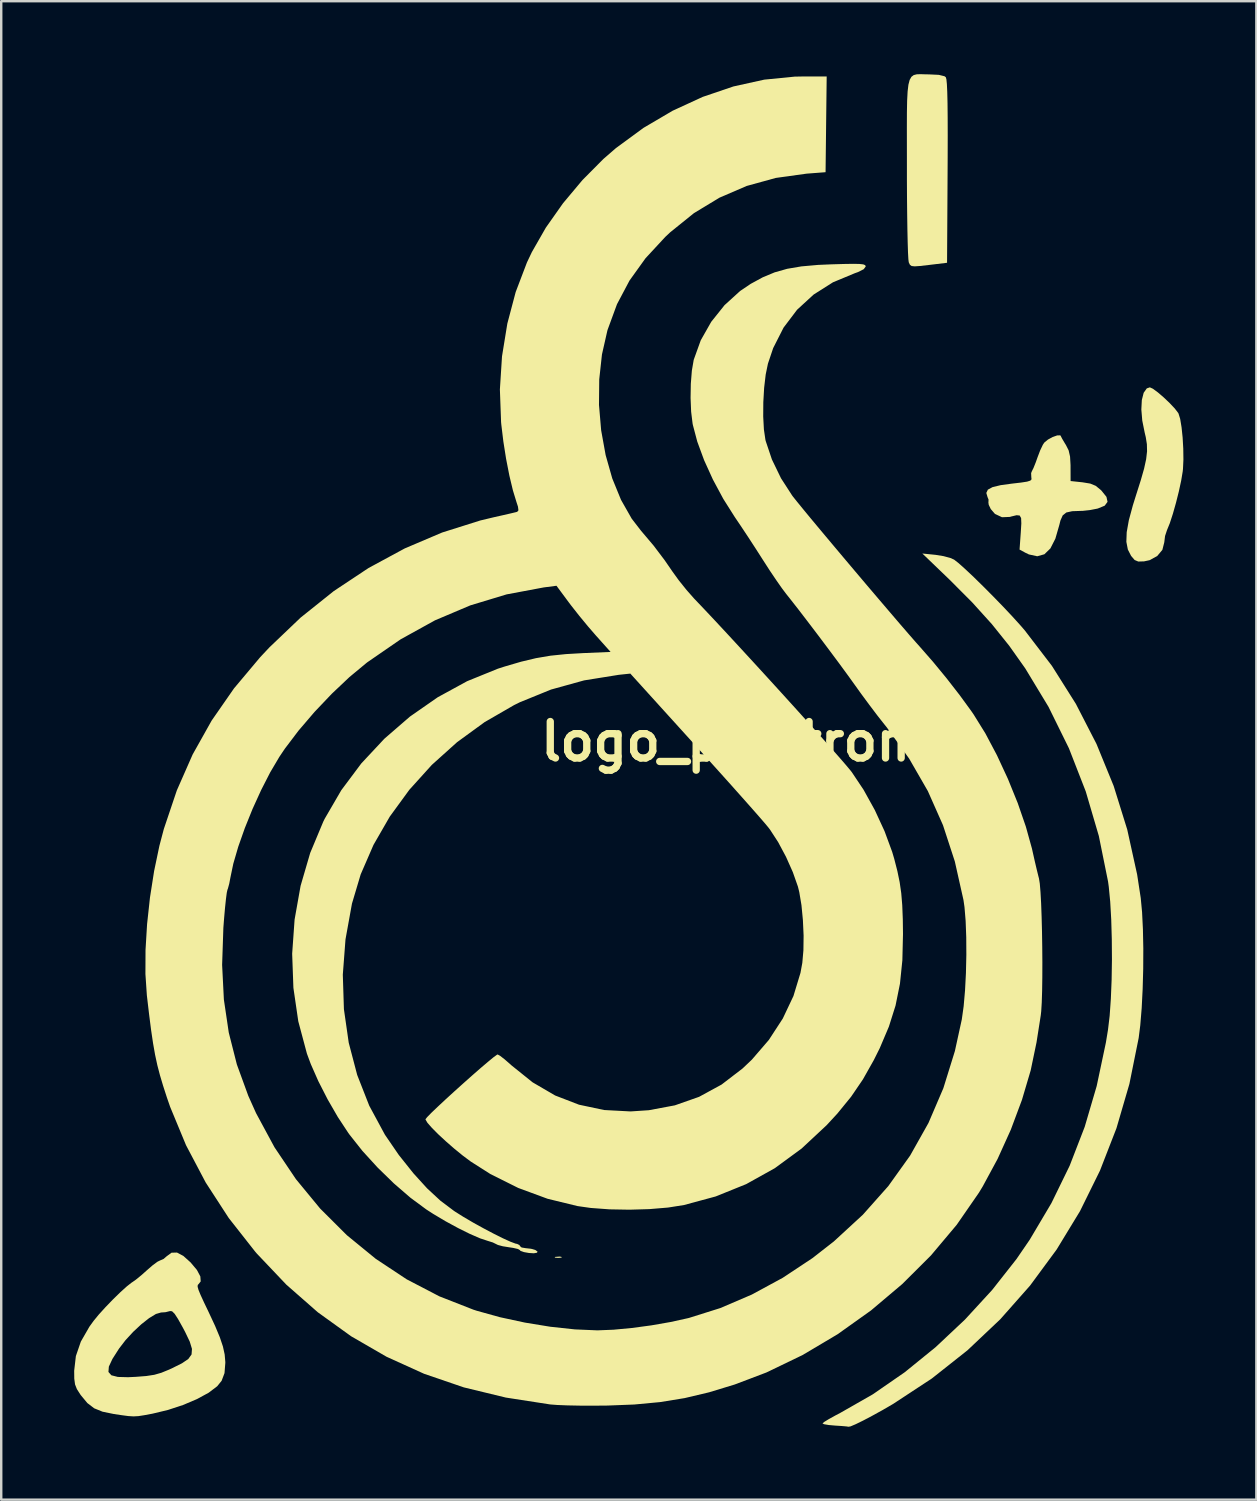
<source format=kicad_pcb>
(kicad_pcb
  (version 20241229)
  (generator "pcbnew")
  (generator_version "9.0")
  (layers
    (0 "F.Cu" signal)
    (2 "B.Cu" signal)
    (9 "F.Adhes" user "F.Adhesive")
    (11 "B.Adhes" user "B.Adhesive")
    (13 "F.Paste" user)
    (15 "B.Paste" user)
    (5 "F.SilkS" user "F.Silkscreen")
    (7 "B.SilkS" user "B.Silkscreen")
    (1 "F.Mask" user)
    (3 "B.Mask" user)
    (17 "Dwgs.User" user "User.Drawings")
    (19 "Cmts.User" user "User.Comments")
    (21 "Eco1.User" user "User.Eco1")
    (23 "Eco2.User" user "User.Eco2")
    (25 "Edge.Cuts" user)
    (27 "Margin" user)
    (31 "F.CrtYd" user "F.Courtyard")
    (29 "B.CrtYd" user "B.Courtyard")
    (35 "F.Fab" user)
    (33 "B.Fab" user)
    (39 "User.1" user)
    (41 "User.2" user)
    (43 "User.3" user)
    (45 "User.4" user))
  (footprint "logo_positron"
    (layer "F.Cu")
    (at 26.792 27.441)
    (property "Reference" "logo_positron" (at 0 0 0) (layer "F.SilkS") (effects (font (size 1.5 1.5) (thickness 0.3))))
    (attr board_only exclude_from_pos_files exclude_from_bom)
    (fp_poly (pts (xy -6.751 21.196) (xy -6.748 21.224) (xy -6.88 21.235) (xy -6.9 21.235) (xy -7.032 21.223) (xy -7.019 21.197) (xy -7.005 21.193) (xy -6.82 21.18)) (stroke (width 0) (type solid)) (fill yes) (layer "F.SilkS"))
    (fp_poly (pts (xy 8.192 -27.435) (xy 8.366 -27.432) (xy 8.763 -27.413) (xy 8.996 -27.356) (xy 9.05 -27.316) (xy 9.075 -27.23) (xy 9.095 -27.029) (xy 9.11 -26.707) (xy 9.121 -26.254) (xy 9.127 -25.663) (xy 9.129 -24.924) (xy 9.127 -24.029) (xy 9.124 -23.443) (xy 9.102 -19.685) (xy 8.353 -19.595) (xy 7.996 -19.554) (xy 7.772 -19.538) (xy 7.644 -19.552) (xy 7.576 -19.601) (xy 7.534 -19.689) (xy 7.527 -19.707) (xy 7.511 -19.832) (xy 7.496 -20.108) (xy 7.483 -20.516) (xy 7.471 -21.039) (xy 7.462 -21.656) (xy 7.455 -22.351) (xy 7.451 -23.104) (xy 7.451 -23.582) (xy 7.45 -24.493) (xy 7.449 -25.248) (xy 7.451 -25.863) (xy 7.46 -26.352) (xy 7.48 -26.729) (xy 7.513 -27.008) (xy 7.564 -27.204) (xy 7.635 -27.331) (xy 7.73 -27.403) (xy 7.852 -27.435) (xy 8.005 -27.441)) (stroke (width 0) (type solid)) (fill yes) (layer "F.SilkS"))
    (fp_poly (pts (xy 17.568 -14.505) (xy 17.77 -14.356) (xy 18.011 -14.149) (xy 18.255 -13.917) (xy 18.465 -13.694) (xy 18.603 -13.515) (xy 18.62 -13.485) (xy 18.688 -13.265) (xy 18.745 -12.921) (xy 18.789 -12.498) (xy 18.815 -12.041) (xy 18.821 -11.594) (xy 18.803 -11.204) (xy 18.792 -11.103) (xy 18.73 -10.732) (xy 18.634 -10.286) (xy 18.515 -9.813) (xy 18.387 -9.361) (xy 18.262 -8.977) (xy 18.154 -8.711) (xy 18.15 -8.704) (xy 18.066 -8.45) (xy 18.034 -8.19) (xy 17.956 -7.881) (xy 17.743 -7.626) (xy 17.431 -7.456) (xy 17.203 -7.407) (xy 16.965 -7.4) (xy 16.815 -7.463) (xy 16.672 -7.63) (xy 16.668 -7.636) (xy 16.536 -7.894) (xy 16.475 -8.211) (xy 16.489 -8.606) (xy 16.577 -9.099) (xy 16.742 -9.711) (xy 16.872 -10.126) (xy 17.066 -10.737) (xy 17.204 -11.221) (xy 17.289 -11.609) (xy 17.326 -11.934) (xy 17.319 -12.226) (xy 17.273 -12.516) (xy 17.229 -12.7) (xy 17.129 -13.196) (xy 17.091 -13.652) (xy 17.111 -14.042) (xy 17.187 -14.34) (xy 17.315 -14.52) (xy 17.442 -14.563)) (stroke (width 0) (type solid)) (fill yes) (layer "F.SilkS"))
    (fp_poly (pts (xy 13.774 -12.569) (xy 13.834 -12.451) (xy 13.949 -12.257) (xy 13.99 -12.192) (xy 14.101 -11.972) (xy 14.16 -11.716) (xy 14.18 -11.363) (xy 14.18 -11.303) (xy 14.182 -10.71) (xy 14.672 -10.658) (xy 14.99 -10.606) (xy 15.214 -10.514) (xy 15.419 -10.347) (xy 15.452 -10.315) (xy 15.657 -10.059) (xy 15.701 -9.854) (xy 15.584 -9.697) (xy 15.305 -9.582) (xy 15.279 -9.575) (xy 14.974 -9.516) (xy 14.679 -9.484) (xy 14.62 -9.483) (xy 14.248 -9.47) (xy 14.007 -9.417) (xy 13.858 -9.298) (xy 13.765 -9.09) (xy 13.718 -8.903) (xy 13.555 -8.339) (xy 13.351 -7.939) (xy 13.104 -7.699) (xy 12.81 -7.617) (xy 12.468 -7.692) (xy 12.328 -7.759) (xy 12.083 -7.892) (xy 12.134 -8.603) (xy 12.156 -8.967) (xy 12.147 -9.188) (xy 12.088 -9.292) (xy 11.962 -9.305) (xy 11.749 -9.254) (xy 11.684 -9.235) (xy 11.361 -9.222) (xy 11.072 -9.358) (xy 10.899 -9.558) (xy 10.815 -9.734) (xy 10.801 -9.84) (xy 10.804 -9.845) (xy 10.808 -9.947) (xy 10.767 -10.048) (xy 10.716 -10.221) (xy 10.78 -10.356) (xy 10.972 -10.46) (xy 11.307 -10.541) (xy 11.762 -10.603) (xy 12.149 -10.648) (xy 12.394 -10.686) (xy 12.527 -10.728) (xy 12.576 -10.781) (xy 12.568 -10.854) (xy 12.567 -10.855) (xy 12.559 -11.037) (xy 12.591 -11.117) (xy 12.657 -11.249) (xy 12.751 -11.484) (xy 12.822 -11.684) (xy 12.929 -11.966) (xy 13.038 -12.196) (xy 13.099 -12.29) (xy 13.25 -12.415) (xy 13.446 -12.522) (xy 13.633 -12.587) (xy 13.756 -12.589)) (stroke (width 0) (type solid)) (fill yes) (layer "F.SilkS"))
    (fp_poly (pts (xy 8.63 -7.675) (xy 8.954 -7.623) (xy 9.239 -7.546) (xy 9.392 -7.478) (xy 9.576 -7.334) (xy 9.851 -7.088) (xy 10.194 -6.765) (xy 10.581 -6.386) (xy 10.989 -5.976) (xy 11.395 -5.558) (xy 11.774 -5.156) (xy 12.105 -4.791) (xy 12.295 -4.572) (xy 13.413 -3.111) (xy 14.398 -1.549) (xy 15.247 0.101) (xy 15.953 1.828) (xy 16.511 3.621) (xy 16.918 5.468) (xy 17.066 6.435) (xy 17.121 7.016) (xy 17.156 7.724) (xy 17.172 8.515) (xy 17.168 9.347) (xy 17.145 10.178) (xy 17.105 10.966) (xy 17.047 11.669) (xy 16.981 12.192) (xy 16.6 14.081) (xy 16.068 15.902) (xy 15.389 17.648) (xy 14.568 19.314) (xy 13.607 20.892) (xy 12.514 22.375) (xy 11.291 23.758) (xy 9.943 25.033) (xy 8.476 26.194) (xy 6.892 27.235) (xy 6.461 27.486) (xy 6.03 27.724) (xy 5.649 27.925) (xy 5.342 28.075) (xy 5.134 28.163) (xy 5.048 28.178) (xy 4.966 28.165) (xy 4.76 28.147) (xy 4.508 28.131) (xy 4.234 28.107) (xy 4.043 28.074) (xy 3.98 28.042) (xy 4.05 27.98) (xy 4.24 27.864) (xy 4.516 27.711) (xy 4.714 27.607) (xy 6.046 26.846) (xy 7.36 25.938) (xy 8.632 24.905) (xy 9.839 23.77) (xy 10.955 22.555) (xy 11.957 21.282) (xy 12.5 20.489) (xy 13.393 18.983) (xy 14.144 17.443) (xy 14.762 15.846) (xy 15.255 14.168) (xy 15.632 12.387) (xy 15.72 11.853) (xy 15.788 11.282) (xy 15.837 10.584) (xy 15.869 9.8) (xy 15.882 8.968) (xy 15.876 8.129) (xy 15.853 7.323) (xy 15.811 6.589) (xy 15.751 5.968) (xy 15.722 5.757) (xy 15.343 3.885) (xy 14.805 2.054) (xy 14.113 0.279) (xy 13.273 -1.426) (xy 12.317 -3.006) (xy 11.659 -3.935) (xy 10.944 -4.826) (xy 10.139 -5.717) (xy 9.214 -6.645) (xy 9.213 -6.646) (xy 8.086 -7.73)) (stroke (width 0) (type solid)) (fill yes) (layer "F.SilkS"))
    (fp_poly (pts (xy -22.302 21.154) (xy -22.005 21.421) (xy -21.745 21.73) (xy -21.604 21.996) (xy -21.589 22.202) (xy -21.671 22.307) (xy -21.71 22.348) (xy -21.716 22.421) (xy -21.68 22.55) (xy -21.593 22.761) (xy -21.447 23.078) (xy -21.267 23.453) (xy -20.997 24.032) (xy -20.803 24.498) (xy -20.675 24.879) (xy -20.603 25.207) (xy -20.577 25.514) (xy -20.577 25.554) (xy -20.61 25.974) (xy -20.729 26.289) (xy -20.91 26.512) (xy -21.26 26.778) (xy -21.741 27.04) (xy -22.313 27.283) (xy -22.937 27.488) (xy -23.574 27.641) (xy -23.58 27.642) (xy -23.912 27.704) (xy -24.15 27.741) (xy -24.35 27.752) (xy -24.565 27.739) (xy -24.851 27.701) (xy -25.164 27.654) (xy -25.626 27.559) (xy -25.97 27.419) (xy -26.25 27.204) (xy -26.517 26.882) (xy -26.543 26.845) (xy -26.68 26.631) (xy -26.756 26.438) (xy -26.788 26.201) (xy -26.791 25.925) (xy -25.383 25.925) (xy -25.262 26.062) (xy -24.995 26.13) (xy -24.575 26.141) (xy -24.257 26.126) (xy -23.826 26.092) (xy -23.499 26.042) (xy -23.209 25.959) (xy -22.891 25.829) (xy -22.749 25.763) (xy -22.358 25.568) (xy -22.099 25.392) (xy -21.965 25.205) (xy -21.948 24.977) (xy -22.039 24.678) (xy -22.231 24.277) (xy -22.324 24.101) (xy -22.52 23.75) (xy -22.661 23.533) (xy -22.766 23.43) (xy -22.848 23.42) (xy -22.853 23.422) (xy -23.038 23.468) (xy -23.221 23.48) (xy -23.43 23.541) (xy -23.711 23.712) (xy -24.033 23.966) (xy -24.368 24.278) (xy -24.684 24.622) (xy -24.949 24.967) (xy -25.219 25.39) (xy -25.366 25.705) (xy -25.383 25.925) (xy -26.791 25.925) (xy -26.792 25.879) (xy -26.722 25.271) (xy -26.517 24.675) (xy -26.165 24.063) (xy -25.994 23.826) (xy -25.781 23.566) (xy -25.504 23.261) (xy -25.198 22.944) (xy -24.895 22.648) (xy -24.628 22.407) (xy -24.43 22.251) (xy -24.393 22.228) (xy -24.25 22.127) (xy -24.032 21.949) (xy -23.795 21.738) (xy -23.563 21.537) (xy -23.368 21.393) (xy -23.252 21.336) (xy -23.25 21.336) (xy -23.115 21.278) (xy -22.987 21.167) (xy -22.787 21.021) (xy -22.564 21.015)) (stroke (width 0) (type solid)) (fill yes) (layer "F.SilkS"))
    (fp_poly (pts (xy 4.129 -25.379) (xy 4.106 -23.41) (xy 3.324 -23.35) (xy 2.058 -23.174) (xy 0.865 -22.845) (xy -0.255 -22.363) (xy -1.304 -21.728) (xy -2.284 -20.938) (xy -2.484 -20.75) (xy -3.297 -19.872) (xy -3.955 -18.956) (xy -4.471 -17.981) (xy -4.859 -16.924) (xy -4.868 -16.891) (xy -5.089 -15.915) (xy -5.201 -14.89) (xy -5.211 -13.842) (xy -5.122 -12.796) (xy -4.938 -11.779) (xy -4.665 -10.817) (xy -4.305 -9.936) (xy -3.865 -9.162) (xy -3.487 -8.672) (xy -2.968 -8.059) (xy -2.514 -7.459) (xy -2.194 -6.994) (xy -1.931 -6.63) (xy -1.61 -6.23) (xy -1.296 -5.874) (xy -1.265 -5.842) (xy -0.89 -5.448) (xy -0.448 -4.978) (xy 0.047 -4.446) (xy 0.582 -3.867) (xy 1.143 -3.257) (xy 1.717 -2.63) (xy 2.289 -2.002) (xy 2.848 -1.386) (xy 3.378 -0.798) (xy 3.867 -0.254) (xy 4.301 0.233) (xy 4.666 0.647) (xy 4.948 0.973) (xy 5.135 1.197) (xy 5.183 1.258) (xy 5.67 1.987) (xy 6.13 2.818) (xy 6.532 3.689) (xy 6.845 4.538) (xy 6.93 4.826) (xy 7.059 5.33) (xy 7.153 5.785) (xy 7.218 6.237) (xy 7.259 6.729) (xy 7.282 7.308) (xy 7.29 7.916) (xy 7.264 8.996) (xy 7.165 9.961) (xy 6.984 10.857) (xy 6.71 11.725) (xy 6.334 12.611) (xy 6.09 13.1) (xy 5.643 13.893) (xy 5.157 14.606) (xy 4.592 15.299) (xy 4.149 15.779) (xy 3.12 16.739) (xy 2.019 17.546) (xy 0.843 18.201) (xy -0.411 18.708) (xy -1.716 19.061) (xy -2.373 19.165) (xy -3.14 19.229) (xy -3.961 19.253) (xy -4.783 19.238) (xy -5.551 19.181) (xy -6.093 19.104) (xy -7.324 18.804) (xy -8.533 18.358) (xy -9.678 17.786) (xy -10.485 17.272) (xy -10.817 17.024) (xy -11.166 16.739) (xy -11.51 16.439) (xy -11.824 16.148) (xy -12.083 15.887) (xy -12.265 15.68) (xy -12.343 15.548) (xy -12.344 15.53) (xy -12.275 15.444) (xy -12.102 15.267) (xy -11.844 15.021) (xy -11.525 14.723) (xy -11.166 14.395) (xy -10.789 14.056) (xy -10.417 13.725) (xy -10.07 13.422) (xy -9.771 13.168) (xy -9.543 12.98) (xy -9.406 12.881) (xy -9.38 12.869) (xy -9.281 12.923) (xy -9.096 13.066) (xy -8.861 13.27) (xy -8.81 13.317) (xy -7.94 14.016) (xy -7.015 14.556) (xy -6.034 14.935) (xy -5 15.154) (xy -3.912 15.212) (xy -3.162 15.162) (xy -2.092 14.962) (xy -1.096 14.612) (xy -0.171 14.108) (xy 0.69 13.448) (xy 1.075 13.083) (xy 1.772 12.274) (xy 2.347 11.392) (xy 2.786 10.464) (xy 3.074 9.515) (xy 3.15 9.102) (xy 3.195 8.586) (xy 3.203 7.981) (xy 3.174 7.344) (xy 3.115 6.73) (xy 3.026 6.198) (xy 2.97 5.969) (xy 2.76 5.373) (xy 2.479 4.742) (xy 2.157 4.14) (xy 1.825 3.629) (xy 1.759 3.542) (xy 1.628 3.384) (xy 1.396 3.115) (xy 1.077 2.752) (xy 0.683 2.308) (xy 0.229 1.798) (xy -0.273 1.239) (xy -0.81 0.643) (xy -1.263 0.143) (xy -3.922 -2.792) (xy -4.395 -2.742) (xy -5.822 -2.513) (xy -7.183 -2.136) (xy -8.465 -1.614) (xy -8.7 -1.498) (xy -9.917 -0.795) (xy -11.049 0.03) (xy -12.084 0.961) (xy -13.009 1.985) (xy -13.813 3.087) (xy -14.484 4.252) (xy -15.011 5.466) (xy -15.369 6.667) (xy -15.635 8.138) (xy -15.745 9.589) (xy -15.7 11.008) (xy -15.502 12.386) (xy -15.154 13.712) (xy -14.658 14.977) (xy -14.014 16.169) (xy -13.444 17.001) (xy -12.843 17.755) (xy -12.28 18.374) (xy -11.732 18.882) (xy -11.174 19.302) (xy -11.134 19.329) (xy -10.789 19.546) (xy -10.389 19.781) (xy -9.964 20.016) (xy -9.547 20.236) (xy -9.167 20.426) (xy -8.855 20.568) (xy -8.641 20.648) (xy -8.58 20.659) (xy -8.476 20.709) (xy -8.467 20.743) (xy -8.393 20.807) (xy -8.234 20.834) (xy -8.001 20.86) (xy -7.822 20.913) (xy -7.737 20.977) (xy -7.761 21.022) (xy -7.89 21.045) (xy -8.09 21.033) (xy -8.295 20.997) (xy -8.439 20.946) (xy -8.467 20.913) (xy -8.543 20.869) (xy -8.738 20.824) (xy -8.899 20.8) (xy -9.166 20.757) (xy -9.368 20.703) (xy -9.428 20.673) (xy -9.577 20.6) (xy -9.779 20.537) (xy -10.1 20.431) (xy -10.523 20.247) (xy -11.011 20.005) (xy -11.527 19.724) (xy -12.034 19.422) (xy -12.314 19.241) (xy -12.962 18.762) (xy -13.644 18.173) (xy -14.318 17.516) (xy -14.942 16.832) (xy -15.473 16.161) (xy -15.519 16.097) (xy -15.951 15.441) (xy -16.37 14.715) (xy -16.751 13.97) (xy -17.063 13.262) (xy -17.221 12.836) (xy -17.576 11.507) (xy -17.777 10.13) (xy -17.828 8.728) (xy -17.728 7.322) (xy -17.481 5.933) (xy -17.087 4.584) (xy -16.549 3.296) (xy -16.489 3.175) (xy -15.807 2.002) (xy -14.984 0.901) (xy -14.037 -0.113) (xy -12.984 -1.025) (xy -11.843 -1.819) (xy -10.633 -2.48) (xy -9.37 -2.993) (xy -9.107 -3.078) (xy -8.414 -3.281) (xy -7.802 -3.427) (xy -7.208 -3.528) (xy -6.568 -3.594) (xy -5.859 -3.635) (xy -4.734 -3.683) (xy -5.34 -4.36) (xy -5.669 -4.74) (xy -6.025 -5.172) (xy -6.348 -5.582) (xy -6.453 -5.721) (xy -6.959 -6.404) (xy -7.48 -6.336) (xy -9.011 -6.049) (xy -10.503 -5.597) (xy -11.955 -4.982) (xy -13.366 -4.202) (xy -14.735 -3.259) (xy -14.774 -3.229) (xy -15.474 -2.648) (xy -16.198 -1.963) (xy -16.908 -1.216) (xy -17.565 -0.448) (xy -18.131 0.299) (xy -18.356 0.634) (xy -18.731 1.269) (xy -19.102 1.994) (xy -19.456 2.771) (xy -19.775 3.561) (xy -20.044 4.324) (xy -20.248 5.023) (xy -20.366 5.588) (xy -20.416 5.849) (xy -20.471 6.051) (xy -20.489 6.096) (xy -20.517 6.22) (xy -20.551 6.481) (xy -20.59 6.851) (xy -20.629 7.297) (xy -20.657 7.662) (xy -20.708 9.185) (xy -20.636 10.612) (xy -20.435 11.969) (xy -20.102 13.281) (xy -19.631 14.573) (xy -19.313 15.282) (xy -18.555 16.686) (xy -17.673 17.997) (xy -16.677 19.206) (xy -15.578 20.302) (xy -14.387 21.276) (xy -13.116 22.117) (xy -11.774 22.816) (xy -10.375 23.364) (xy -10.239 23.408) (xy -9.286 23.673) (xy -8.258 23.895) (xy -7.211 24.066) (xy -6.202 24.175) (xy -5.284 24.214) (xy -5.266 24.214) (xy -4.614 24.188) (xy -3.859 24.117) (xy -3.057 24.009) (xy -2.267 23.871) (xy -1.545 23.712) (xy -1.503 23.701) (xy -0.219 23.297) (xy 1.073 22.743) (xy 2.344 22.054) (xy 3.567 21.244) (xy 4.445 20.559) (xy 5.64 19.459) (xy 6.685 18.283) (xy 7.583 17.028) (xy 8.337 15.687) (xy 8.95 14.256) (xy 9.424 12.729) (xy 9.708 11.43) (xy 9.784 10.889) (xy 9.841 10.238) (xy 9.878 9.52) (xy 9.895 8.777) (xy 9.891 8.049) (xy 9.866 7.38) (xy 9.819 6.81) (xy 9.777 6.519) (xy 9.421 4.931) (xy 8.935 3.443) (xy 8.312 2.039) (xy 7.543 0.704) (xy 6.624 -0.579) (xy 6.511 -0.72) (xy 6.232 -1.075) (xy 5.903 -1.51) (xy 5.57 -1.961) (xy 5.337 -2.286) (xy 5.039 -2.701) (xy 4.669 -3.206) (xy 4.252 -3.766) (xy 3.816 -4.347) (xy 3.385 -4.914) (xy 2.987 -5.433) (xy 2.647 -5.867) (xy 2.494 -6.059) (xy 2.313 -6.299) (xy 2.075 -6.639) (xy 1.809 -7.034) (xy 1.547 -7.441) (xy 1.537 -7.456) (xy 1.244 -7.914) (xy 0.918 -8.415) (xy 0.602 -8.891) (xy 0.373 -9.229) (xy -0.099 -9.976) (xy -0.526 -10.77) (xy -0.889 -11.569) (xy -1.17 -12.333) (xy -1.352 -13.022) (xy -1.363 -13.081) (xy -1.422 -13.564) (xy -1.445 -14.128) (xy -1.435 -14.71) (xy -1.392 -15.251) (xy -1.317 -15.688) (xy -1.312 -15.706) (xy -1.026 -16.499) (xy -0.596 -17.257) (xy -0.048 -17.943) (xy 0.592 -18.525) (xy 1.028 -18.819) (xy 1.525 -19.089) (xy 2.013 -19.292) (xy 2.53 -19.438) (xy 3.113 -19.537) (xy 3.801 -19.598) (xy 4.339 -19.621) (xy 4.864 -19.636) (xy 5.243 -19.642) (xy 5.498 -19.637) (xy 5.654 -19.62) (xy 5.732 -19.589) (xy 5.757 -19.544) (xy 5.757 -19.534) (xy 5.676 -19.422) (xy 5.441 -19.303) (xy 5.313 -19.258) (xy 4.41 -18.882) (xy 3.616 -18.379) (xy 2.936 -17.755) (xy 2.379 -17.019) (xy 1.952 -16.178) (xy 1.736 -15.536) (xy 1.644 -15.089) (xy 1.58 -14.543) (xy 1.546 -13.951) (xy 1.542 -13.364) (xy 1.57 -12.833) (xy 1.632 -12.409) (xy 1.643 -12.361) (xy 1.9 -11.596) (xy 2.274 -10.824) (xy 2.731 -10.117) (xy 2.762 -10.075) (xy 2.92 -9.877) (xy 3.172 -9.568) (xy 3.503 -9.166) (xy 3.899 -8.691) (xy 4.344 -8.16) (xy 4.822 -7.591) (xy 5.318 -7.003) (xy 5.817 -6.413) (xy 6.304 -5.841) (xy 6.763 -5.303) (xy 7.178 -4.818) (xy 7.535 -4.405) (xy 7.818 -4.081) (xy 7.984 -3.895) (xy 8.522 -3.28) (xy 9.082 -2.6) (xy 9.619 -1.909) (xy 10.089 -1.265) (xy 10.197 -1.108) (xy 10.678 -0.332) (xy 11.153 0.565) (xy 11.603 1.535) (xy 12.007 2.53) (xy 12.343 3.503) (xy 12.593 4.405) (xy 12.619 4.522) (xy 12.706 4.909) (xy 12.792 5.275) (xy 12.862 5.559) (xy 12.881 5.63) (xy 12.915 5.84) (xy 12.944 6.19) (xy 12.97 6.654) (xy 12.99 7.203) (xy 13.006 7.81) (xy 13.016 8.446) (xy 13.021 9.084) (xy 13.019 9.695) (xy 13.011 10.252) (xy 12.996 10.727) (xy 12.974 11.091) (xy 12.955 11.261) (xy 12.893 11.656) (xy 12.829 12.064) (xy 12.781 12.371) (xy 12.541 13.524) (xy 12.182 14.736) (xy 11.723 15.965) (xy 11.18 17.165) (xy 10.569 18.295) (xy 10.412 18.554) (xy 9.499 19.874) (xy 8.442 21.131) (xy 7.261 22.309) (xy 5.975 23.395) (xy 4.603 24.373) (xy 3.163 25.228) (xy 1.675 25.946) (xy 0.37 26.441) (xy -0.684 26.762) (xy -1.688 27) (xy -2.696 27.164) (xy -3.761 27.264) (xy -4.868 27.307) (xy -5.439 27.312) (xy -6 27.31) (xy -6.512 27.3) (xy -6.933 27.283) (xy -7.217 27.261) (xy -9.043 26.978) (xy -10.771 26.559) (xy -12.404 26) (xy -13.945 25.301) (xy -15.401 24.459) (xy -16.772 23.472) (xy -18.065 22.338) (xy -19.283 21.055) (xy -19.353 20.973) (xy -20.436 19.595) (xy -21.385 18.132) (xy -22.192 16.602) (xy -22.845 15.026) (xy -22.979 14.64) (xy -23.135 14.157) (xy -23.264 13.725) (xy -23.372 13.312) (xy -23.464 12.886) (xy -23.547 12.416) (xy -23.628 11.871) (xy -23.711 11.22) (xy -23.803 10.438) (xy -23.862 9.563) (xy -23.858 8.574) (xy -23.794 7.511) (xy -23.675 6.416) (xy -23.505 5.329) (xy -23.288 4.291) (xy -23.105 3.598) (xy -22.571 2.012) (xy -21.92 0.533) (xy -21.139 -0.86) (xy -20.218 -2.186) (xy -19.144 -3.465) (xy -18.758 -3.876) (xy -17.479 -5.096) (xy -16.117 -6.185) (xy -14.686 -7.135) (xy -13.197 -7.94) (xy -11.662 -8.593) (xy -10.093 -9.088) (xy -9.525 -9.224) (xy -9.159 -9.306) (xy -8.851 -9.377) (xy -8.641 -9.427) (xy -8.575 -9.444) (xy -8.523 -9.505) (xy -8.543 -9.659) (xy -8.602 -9.839) (xy -8.751 -10.327) (xy -8.897 -10.937) (xy -9.031 -11.624) (xy -9.144 -12.34) (xy -9.228 -13.038) (xy -9.237 -13.133) (xy -9.286 -14.476) (xy -9.199 -15.838) (xy -8.98 -17.185) (xy -8.637 -18.482) (xy -8.174 -19.698) (xy -7.971 -20.126) (xy -7.396 -21.131) (xy -6.69 -22.133) (xy -5.89 -23.088) (xy -5.03 -23.954) (xy -4.512 -24.403) (xy -3.379 -25.234) (xy -2.184 -25.937) (xy -0.946 -26.507) (xy 0.317 -26.936) (xy 1.584 -27.216) (xy 2.837 -27.34) (xy 3.155 -27.346) (xy 4.152 -27.347)) (stroke (width 0) (type solid)) (fill yes) (layer "F.SilkS")))
  (gr_rect
    (start -3 -3)
    (end 48.613 58.618)
    (stroke (width 0.1) (type default))
    (fill no)
    (layer "Edge.Cuts")))
</source>
